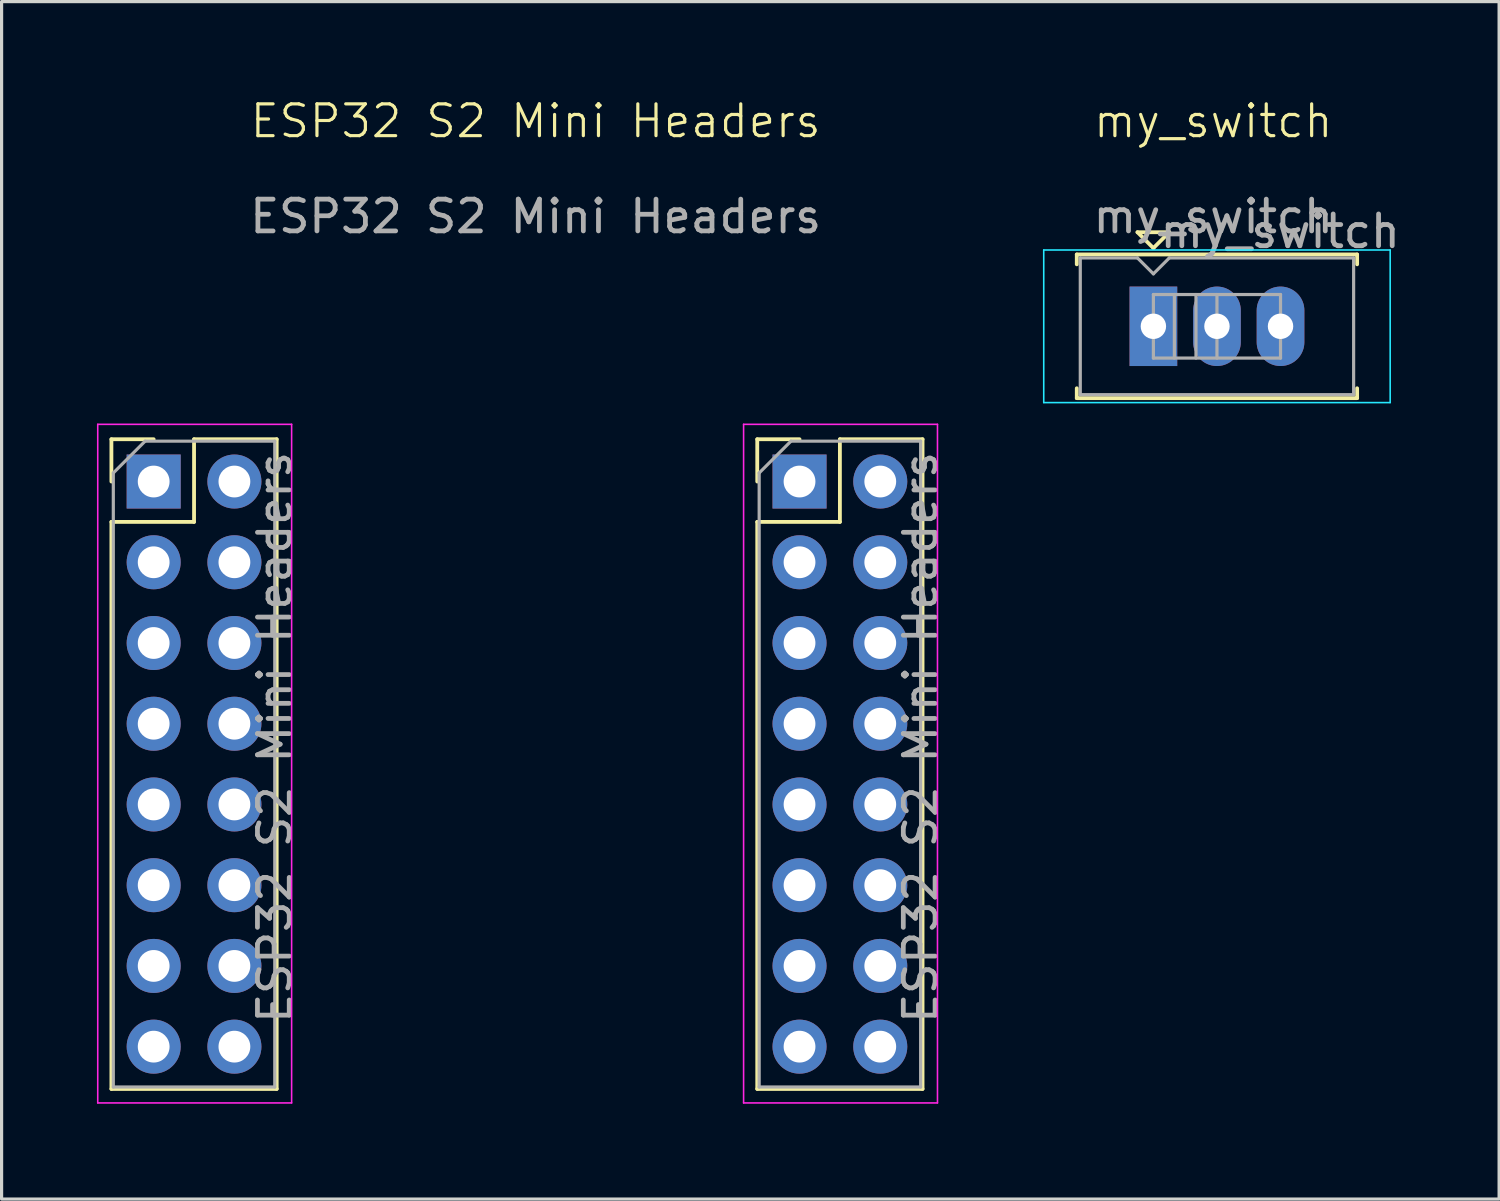
<source format=kicad_pcb>
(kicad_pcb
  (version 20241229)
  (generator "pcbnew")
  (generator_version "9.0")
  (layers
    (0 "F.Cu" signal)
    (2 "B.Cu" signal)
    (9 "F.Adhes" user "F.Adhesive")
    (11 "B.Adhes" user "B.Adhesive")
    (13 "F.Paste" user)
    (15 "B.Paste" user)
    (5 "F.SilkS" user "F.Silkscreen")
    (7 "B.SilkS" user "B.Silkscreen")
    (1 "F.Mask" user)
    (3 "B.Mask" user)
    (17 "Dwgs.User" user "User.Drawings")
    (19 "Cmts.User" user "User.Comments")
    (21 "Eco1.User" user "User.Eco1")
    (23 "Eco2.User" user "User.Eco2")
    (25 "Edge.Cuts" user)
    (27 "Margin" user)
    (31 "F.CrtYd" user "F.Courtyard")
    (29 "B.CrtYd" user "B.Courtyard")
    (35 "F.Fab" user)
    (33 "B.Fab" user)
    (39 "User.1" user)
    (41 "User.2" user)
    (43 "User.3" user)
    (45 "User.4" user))
  (footprint "ESP32 S2 Mini Headers"
    (layer "F.Cu")
    (at 13.803 1.26)
    (property "Reference" "ESP32 S2 Mini Headers" (at 0 -0.5 0) (unlocked yes) (layer "F.SilkS") (effects (font (size 1 1) (thickness 0.1))))
    (attr smd)
    (fp_line (start -13.348 9.51) (end -13.348 10.84) (stroke (width 0.12) (type solid)) (layer "F.SilkS"))
    (fp_line (start -13.348 12.11) (end -13.348 29.95) (stroke (width 0.12) (type solid)) (layer "F.SilkS"))
    (fp_line (start -12.018 9.51) (end -13.348 9.51) (stroke (width 0.12) (type solid)) (layer "F.SilkS"))
    (fp_line (start -10.748 9.51) (end -10.748 12.11) (stroke (width 0.12) (type solid)) (layer "F.SilkS"))
    (fp_line (start -10.748 12.11) (end -13.348 12.11) (stroke (width 0.12) (type solid)) (layer "F.SilkS"))
    (fp_line (start -8.148 9.51) (end -10.748 9.51) (stroke (width 0.12) (type solid)) (layer "F.SilkS"))
    (fp_line (start -8.148 9.51) (end -8.148 29.95) (stroke (width 0.12) (type solid)) (layer "F.SilkS"))
    (fp_line (start -8.148 29.95) (end -13.348 29.95) (stroke (width 0.12) (type solid)) (layer "F.SilkS"))
    (fp_line (start 6.972 9.51) (end 6.972 10.84) (stroke (width 0.12) (type solid)) (layer "F.SilkS"))
    (fp_line (start 6.972 12.11) (end 6.972 29.95) (stroke (width 0.12) (type solid)) (layer "F.SilkS"))
    (fp_line (start 8.302 9.51) (end 6.972 9.51) (stroke (width 0.12) (type solid)) (layer "F.SilkS"))
    (fp_line (start 9.572 9.51) (end 9.572 12.11) (stroke (width 0.12) (type solid)) (layer "F.SilkS"))
    (fp_line (start 9.572 12.11) (end 6.972 12.11) (stroke (width 0.12) (type solid)) (layer "F.SilkS"))
    (fp_line (start 12.172 9.51) (end 9.572 9.51) (stroke (width 0.12) (type solid)) (layer "F.SilkS"))
    (fp_line (start 12.172 9.51) (end 12.172 29.95) (stroke (width 0.12) (type solid)) (layer "F.SilkS"))
    (fp_line (start 12.172 29.95) (end 6.972 29.95) (stroke (width 0.12) (type solid)) (layer "F.SilkS"))
    (fp_line (start -13.778 9.04) (end -13.778 30.39) (stroke (width 0.05) (type solid)) (layer "F.CrtYd"))
    (fp_line (start -13.778 30.39) (end -7.678 30.39) (stroke (width 0.05) (type solid)) (layer "F.CrtYd"))
    (fp_line (start -7.678 9.04) (end -13.778 9.04) (stroke (width 0.05) (type solid)) (layer "F.CrtYd"))
    (fp_line (start -7.678 30.39) (end -7.678 9.04) (stroke (width 0.05) (type solid)) (layer "F.CrtYd"))
    (fp_line (start 6.542 9.04) (end 6.542 30.39) (stroke (width 0.05) (type solid)) (layer "F.CrtYd"))
    (fp_line (start 6.542 30.39) (end 12.642 30.39) (stroke (width 0.05) (type solid)) (layer "F.CrtYd"))
    (fp_line (start 12.642 9.04) (end 6.542 9.04) (stroke (width 0.05) (type solid)) (layer "F.CrtYd"))
    (fp_line (start 12.642 30.39) (end 12.642 9.04) (stroke (width 0.05) (type solid)) (layer "F.CrtYd"))
    (fp_line (start -13.288 10.57) (end -13.288 29.89) (stroke (width 0.1) (type solid)) (layer "F.Fab"))
    (fp_line (start -13.288 29.89) (end -8.208 29.89) (stroke (width 0.1) (type solid)) (layer "F.Fab"))
    (fp_line (start -12.288 9.57) (end -13.288 10.57) (stroke (width 0.1) (type solid)) (layer "F.Fab"))
    (fp_line (start -8.208 9.57) (end -12.288 9.57) (stroke (width 0.1) (type solid)) (layer "F.Fab"))
    (fp_line (start -8.208 29.89) (end -8.208 9.57) (stroke (width 0.1) (type solid)) (layer "F.Fab"))
    (fp_line (start 7.032 10.57) (end 7.032 29.89) (stroke (width 0.1) (type solid)) (layer "F.Fab"))
    (fp_line (start 7.032 29.89) (end 12.112 29.89) (stroke (width 0.1) (type solid)) (layer "F.Fab"))
    (fp_line (start 8.032 9.57) (end 7.032 10.57) (stroke (width 0.1) (type solid)) (layer "F.Fab"))
    (fp_line (start 12.112 9.57) (end 8.032 9.57) (stroke (width 0.1) (type solid)) (layer "F.Fab"))
    (fp_line (start 12.112 29.89) (end 12.112 9.57) (stroke (width 0.1) (type solid)) (layer "F.Fab"))
    (fp_text user "${REFERENCE}" (at -8.208 18.89 90) (layer "F.Fab") (effects (font (size 1 1) (thickness 0.15))))
    (fp_text user "${REFERENCE}" (at 0 2.5 0) (unlocked yes) (layer "F.Fab") (effects (font (size 1 1) (thickness 0.15))))
    (fp_text user "${REFERENCE}" (at 12.112 18.89 90) (layer "F.Fab") (effects (font (size 1 1) (thickness 0.15))))
    (pad "1" thru_hole rect (at -12.018 10.84) (size 1.7 1.7) (drill 1) (layers "*.Cu" "*.Mask"))
    (pad "2" thru_hole circle (at -9.478 10.84) (size 1.7 1.7) (drill 1) (layers "*.Cu" "*.Mask"))
    (pad "3" thru_hole circle (at -12.018 13.38) (size 1.7 1.7) (drill 1) (layers "*.Cu" "*.Mask"))
    (pad "4" thru_hole circle (at -9.478 13.38) (size 1.7 1.7) (drill 1) (layers "*.Cu" "*.Mask"))
    (pad "5" thru_hole circle (at -12.018 15.92) (size 1.7 1.7) (drill 1) (layers "*.Cu" "*.Mask"))
    (pad "6" thru_hole circle (at -9.478 15.92) (size 1.7 1.7) (drill 1) (layers "*.Cu" "*.Mask"))
    (pad "7" thru_hole circle (at -12.018 18.46) (size 1.7 1.7) (drill 1) (layers "*.Cu" "*.Mask"))
    (pad "8" thru_hole circle (at -9.478 18.46) (size 1.7 1.7) (drill 1) (layers "*.Cu" "*.Mask"))
    (pad "9" thru_hole circle (at -12.018 21) (size 1.7 1.7) (drill 1) (layers "*.Cu" "*.Mask"))
    (pad "10" thru_hole circle (at -9.478 21) (size 1.7 1.7) (drill 1) (layers "*.Cu" "*.Mask"))
    (pad "11" thru_hole circle (at -12.018 23.54) (size 1.7 1.7) (drill 1) (layers "*.Cu" "*.Mask"))
    (pad "12" thru_hole circle (at -9.478 23.54) (size 1.7 1.7) (drill 1) (layers "*.Cu" "*.Mask"))
    (pad "13" thru_hole circle (at -12.018 26.08) (size 1.7 1.7) (drill 1) (layers "*.Cu" "*.Mask"))
    (pad "14" thru_hole circle (at -9.478 26.08) (size 1.7 1.7) (drill 1) (layers "*.Cu" "*.Mask"))
    (pad "15" thru_hole circle (at -12.018 28.62) (size 1.7 1.7) (drill 1) (layers "*.Cu" "*.Mask"))
    (pad "16" thru_hole circle (at -9.478 28.62) (size 1.7 1.7) (drill 1) (layers "*.Cu" "*.Mask"))
    (pad "17" thru_hole rect (at 8.302 10.84) (size 1.7 1.7) (drill 1) (layers "*.Cu" "*.Mask"))
    (pad "18" thru_hole circle (at 10.842 10.84) (size 1.7 1.7) (drill 1) (layers "*.Cu" "*.Mask"))
    (pad "19" thru_hole circle (at 8.302 13.38) (size 1.7 1.7) (drill 1) (layers "*.Cu" "*.Mask"))
    (pad "20" thru_hole circle (at 10.842 13.38) (size 1.7 1.7) (drill 1) (layers "*.Cu" "*.Mask"))
    (pad "21" thru_hole circle (at 8.302 15.92) (size 1.7 1.7) (drill 1) (layers "*.Cu" "*.Mask"))
    (pad "22" thru_hole circle (at 10.842 15.92) (size 1.7 1.7) (drill 1) (layers "*.Cu" "*.Mask"))
    (pad "23" thru_hole circle (at 8.302 18.46) (size 1.7 1.7) (drill 1) (layers "*.Cu" "*.Mask"))
    (pad "24" thru_hole circle (at 10.842 18.46) (size 1.7 1.7) (drill 1) (layers "*.Cu" "*.Mask"))
    (pad "25" thru_hole circle (at 8.302 21) (size 1.7 1.7) (drill 1) (layers "*.Cu" "*.Mask"))
    (pad "26" thru_hole circle (at 10.842 21) (size 1.7 1.7) (drill 1) (layers "*.Cu" "*.Mask"))
    (pad "27" thru_hole circle (at 8.302 23.54) (size 1.7 1.7) (drill 1) (layers "*.Cu" "*.Mask"))
    (pad "28" thru_hole circle (at 10.842 23.54) (size 1.7 1.7) (drill 1) (layers "*.Cu" "*.Mask"))
    (pad "29" thru_hole circle (at 8.302 26.08) (size 1.7 1.7) (drill 1) (layers "*.Cu" "*.Mask"))
    (pad "30" thru_hole circle (at 10.842 26.08) (size 1.7 1.7) (drill 1) (layers "*.Cu" "*.Mask"))
    (pad "31" thru_hole circle (at 8.302 28.62) (size 1.7 1.7) (drill 1) (layers "*.Cu" "*.Mask"))
    (pad "32" thru_hole circle (at 10.842 28.62) (size 1.7 1.7) (drill 1) (layers "*.Cu" "*.Mask")))
  (footprint "my_switch"
    (layer "F.Cu")
    (at 35.122 1.26)
    (property "Reference" "my_switch" (at 0 -0.5 0) (unlocked yes) (layer "F.SilkS") (effects (font (size 1 1) (thickness 0.1))))
    (attr smd)
    (fp_line (start -4.294 3.696) (end 4.526 3.696) (stroke (width 0.12) (type solid)) (layer "F.SilkS"))
    (fp_line (start -4.294 4.006) (end -4.294 3.696) (stroke (width 0.12) (type solid)) (layer "F.SilkS"))
    (fp_line (start -4.294 8.216) (end -4.294 7.906) (stroke (width 0.12) (type solid)) (layer "F.SilkS"))
    (fp_line (start -2.384 2.996) (end -1.884 3.496) (stroke (width 0.12) (type solid)) (layer "F.SilkS"))
    (fp_line (start -1.884 3.496) (end -1.384 2.996) (stroke (width 0.12) (type solid)) (layer "F.SilkS"))
    (fp_line (start -1.384 2.996) (end -2.384 2.996) (stroke (width 0.12) (type solid)) (layer "F.SilkS"))
    (fp_line (start 4.526 3.696) (end 4.526 4.006) (stroke (width 0.12) (type solid)) (layer "F.SilkS"))
    (fp_line (start 4.526 8.216) (end -4.294 8.216) (stroke (width 0.12) (type solid)) (layer "F.SilkS"))
    (fp_line (start 4.526 8.216) (end 4.526 7.906) (stroke (width 0.12) (type solid)) (layer "F.SilkS"))
    (fp_line (start -5.334 3.556) (end 5.566 3.556) (stroke (width 0.05) (type solid)) (layer "B.CrtYd"))
    (fp_line (start -5.334 8.356) (end -5.334 3.556) (stroke (width 0.05) (type solid)) (layer "B.CrtYd"))
    (fp_line (start 5.566 3.556) (end 5.566 8.356) (stroke (width 0.05) (type solid)) (layer "B.CrtYd"))
    (fp_line (start 5.566 8.356) (end -5.334 8.356) (stroke (width 0.05) (type solid)) (layer "B.CrtYd"))
    (fp_line (start -4.184 3.806) (end -2.384 3.806) (stroke (width 0.1) (type solid)) (layer "F.Fab"))
    (fp_line (start -4.184 8.106) (end -4.184 3.806) (stroke (width 0.1) (type solid)) (layer "F.Fab"))
    (fp_line (start -2.384 3.806) (end -1.884 4.306) (stroke (width 0.1) (type solid)) (layer "F.Fab"))
    (fp_line (start -1.884 4.306) (end -1.384 3.806) (stroke (width 0.1) (type solid)) (layer "F.Fab"))
    (fp_line (start -1.884 4.956) (end -1.884 6.956) (stroke (width 0.1) (type solid)) (layer "F.Fab"))
    (fp_line (start -1.884 4.956) (end 2.116 4.956) (stroke (width 0.1) (type solid)) (layer "F.Fab"))
    (fp_line (start -1.884 6.956) (end 2.116 6.956) (stroke (width 0.1) (type solid)) (layer "F.Fab"))
    (fp_line (start -1.384 3.806) (end 4.416 3.806) (stroke (width 0.1) (type solid)) (layer "F.Fab"))
    (fp_line (start -1.224 4.956) (end -1.224 6.956) (stroke (width 0.1) (type solid)) (layer "F.Fab"))
    (fp_line (start -0.544 4.956) (end -0.544 6.956) (stroke (width 0.1) (type solid)) (layer "F.Fab"))
    (fp_line (start 0.116 4.956) (end 0.116 6.956) (stroke (width 0.1) (type solid)) (layer "F.Fab"))
    (fp_line (start 2.116 4.956) (end 2.116 6.956) (stroke (width 0.1) (type solid)) (layer "F.Fab"))
    (fp_line (start 4.416 3.806) (end 4.416 8.106) (stroke (width 0.1) (type solid)) (layer "F.Fab"))
    (fp_line (start 4.416 8.106) (end -4.184 8.106) (stroke (width 0.1) (type solid)) (layer "F.Fab"))
    (fp_text user "${REFERENCE}" (at 2.106 2.966 0) (layer "F.Fab") (effects (font (size 1 1) (thickness 0.15))))
    (fp_text user "${REFERENCE}" (at 0 2.5 0) (unlocked yes) (layer "F.Fab") (effects (font (size 1 1) (thickness 0.15))))
    (pad "1" thru_hole rect (at -1.884 5.956) (size 1.5 2.5) (drill 0.8) (layers "*.Cu" "*.Mask"))
    (pad "2" thru_hole oval (at 0.116 5.956) (size 1.5 2.5) (drill 0.8) (layers "*.Cu" "*.Mask"))
    (pad "3" thru_hole oval (at 2.116 5.956) (size 1.5 2.5) (drill 0.8) (layers "*.Cu" "*.Mask")))
  (gr_rect
    (start -3 -3)
    (end 44.115 34.675)
    (stroke (width 0.1) (type default))
    (fill no)
    (layer "Edge.Cuts")))
</source>
